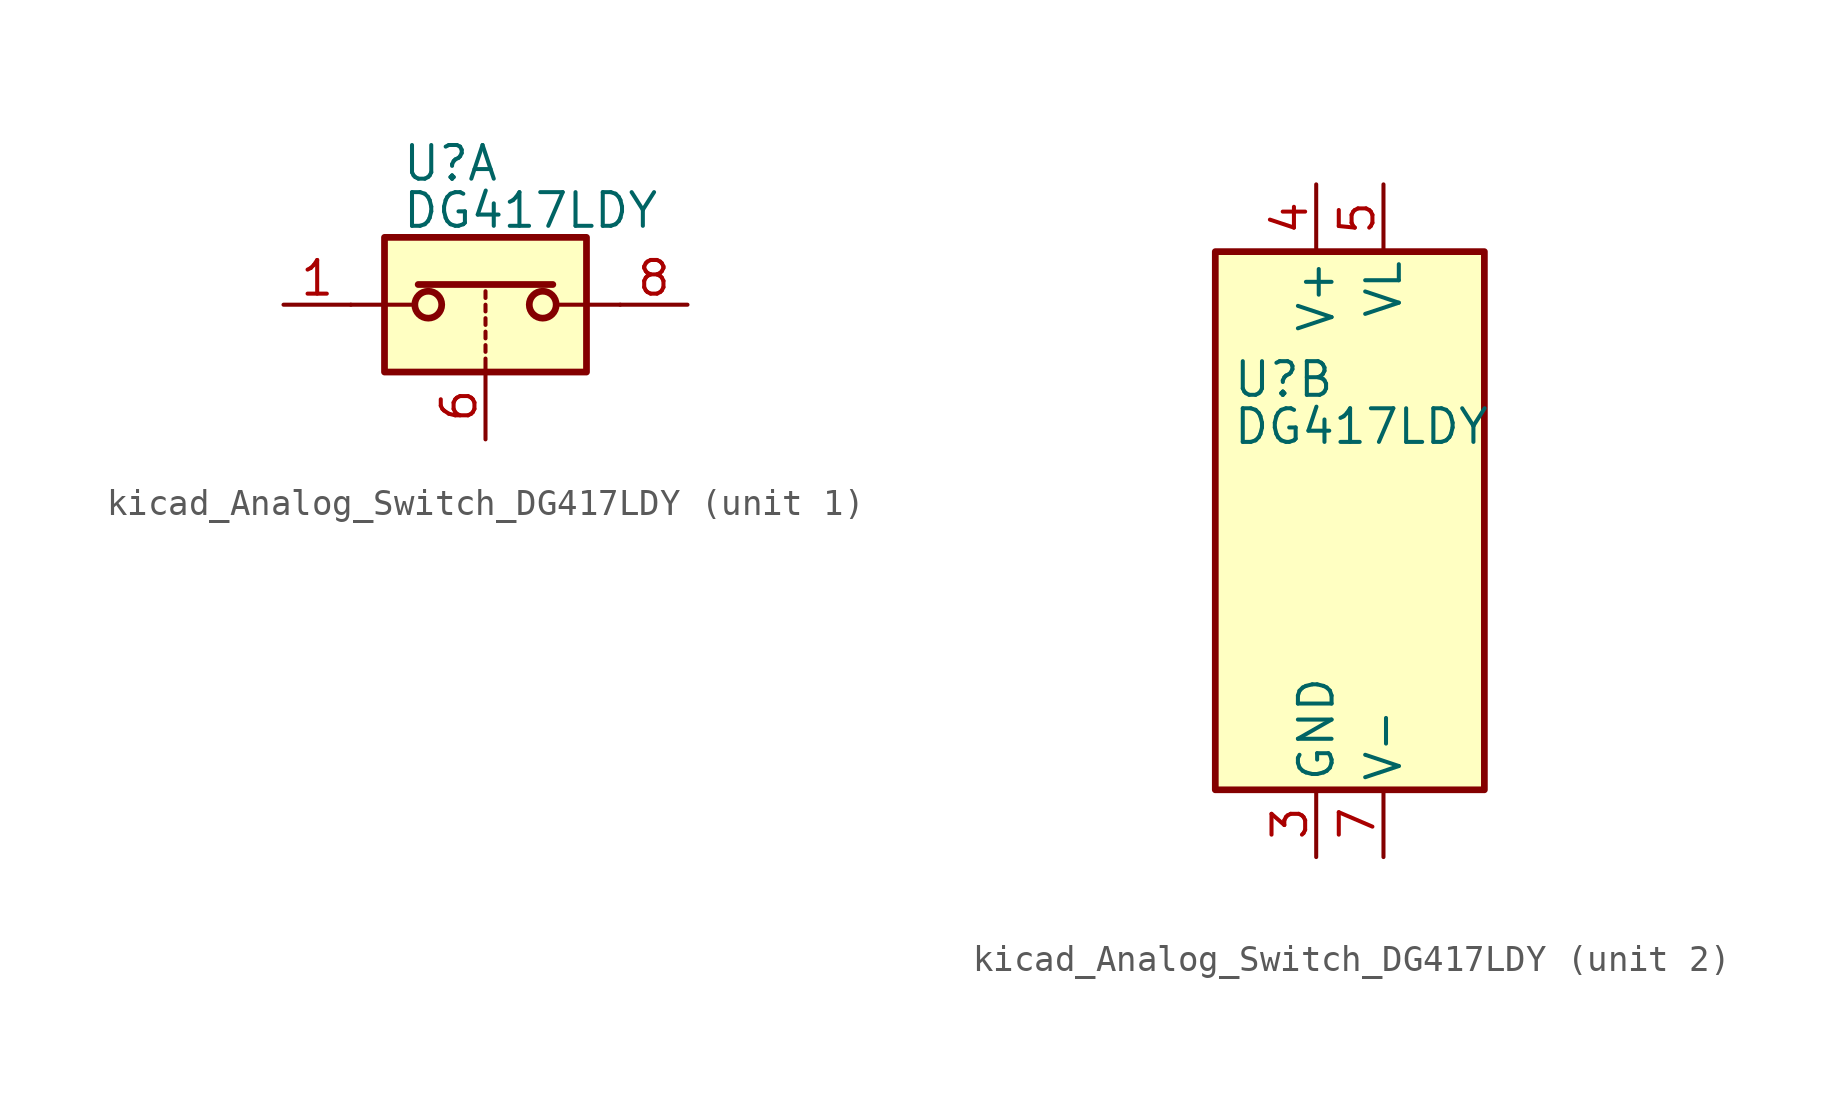
<source format=kicad_sym>
(kicad_symbol_lib
  (version 20220914)
  (generator kicad_symbol_editor)
  (symbol "kicad_Analog_Switch_DG417LDY"
    (pin_names
      (offset 0.254))
    (property "Reference" "U"
      (at -3.175 5.334 0)
      (effects (font (size 1.27 1.27)) (justify left)))
    (property "Value" "DG417LDY"
      (at -3.175 3.556 0)
      (effects (font (size 1.27 1.27)) (justify left)))
    (symbol "kicad_Analog_Switch_DG417LDY_1_1"
      (rectangle (start -3.81 2.54) (end 3.81 -2.54) (stroke (width 0.254) (type default)) (fill (type background)))
      (circle (center -2.159 0) (radius 0.508) (stroke (width 0.254) (type default)) (fill (type none)))
      (polyline (pts (xy -5.08 0) (xy -2.794 0)) (stroke (width 0) (type default)) (fill (type none)))
      (polyline (pts (xy -2.54 0.762) (xy 2.54 0.762)) (stroke (width 0.254) (type default)) (fill (type none)))
      (polyline (pts (xy 0 -2.54) (xy 0 -2.032)) (stroke (width 0) (type default)) (fill (type none)))
      (polyline (pts (xy 0 -1.778) (xy 0 -1.524)) (stroke (width 0) (type default)) (fill (type none)))
      (polyline (pts (xy 0 -1.27) (xy 0 -1.016)) (stroke (width 0) (type default)) (fill (type none)))
      (polyline (pts (xy 0 -0.762) (xy 0 -0.508)) (stroke (width 0) (type default)) (fill (type none)))
      (polyline (pts (xy 0 -0.254) (xy 0 0)) (stroke (width 0) (type default)) (fill (type none)))
      (polyline (pts (xy 0 0.254) (xy 0 0.508)) (stroke (width 0) (type default)) (fill (type none)))
      (polyline (pts (xy 5.08 0) (xy 2.794 0)) (stroke (width 0) (type default)) (fill (type none)))
      (circle (center 2.159 0) (radius 0.508) (stroke (width 0.254) (type default)) (fill (type none)))
      (pin passive line (at -7.62 0 0) (length 2.54) (name "~" (effects (font (size 1.27 1.27)))) (number "1" (effects (font (size 1.27 1.27)))))
      (pin input line (at 0 -5.08 90) (length 2.54) (name "~" (effects (font (size 1.27 1.27)))) (number "6" (effects (font (size 1.27 1.27)))))
      (pin passive line (at 7.62 0 180) (length 2.54) (name "~" (effects (font (size 1.27 1.27)))) (number "8" (effects (font (size 1.27 1.27))))))
    (symbol "kicad_Analog_Switch_DG417LDY_2_0"
      (pin no_connect line (at -2.54 10.16 270) (length 2.54) hide (name "NC" (effects (font (size 1.27 1.27)))) (number "2" (effects (font (size 1.27 1.27)))))
      (pin power_in line (at 0 -12.7 90) (length 2.54) (name "GND" (effects (font (size 1.27 1.27)))) (number "3" (effects (font (size 1.27 1.27)))))
      (pin power_in line (at 0 12.7 270) (length 2.54) (name "V+" (effects (font (size 1.27 1.27)))) (number "4" (effects (font (size 1.27 1.27)))))
      (pin power_in line (at 2.54 12.7 270) (length 2.54) (name "VL" (effects (font (size 1.27 1.27)))) (number "5" (effects (font (size 1.27 1.27)))))
      (pin power_in line (at 2.54 -12.7 90) (length 2.54) (name "V-" (effects (font (size 1.27 1.27)))) (number "7" (effects (font (size 1.27 1.27))))))
    (symbol "kicad_Analog_Switch_DG417LDY_2_1"
      (rectangle (start -3.81 10.16) (end 6.35 -10.16) (stroke (width 0.254) (type default)) (fill (type background))))))
</source>
